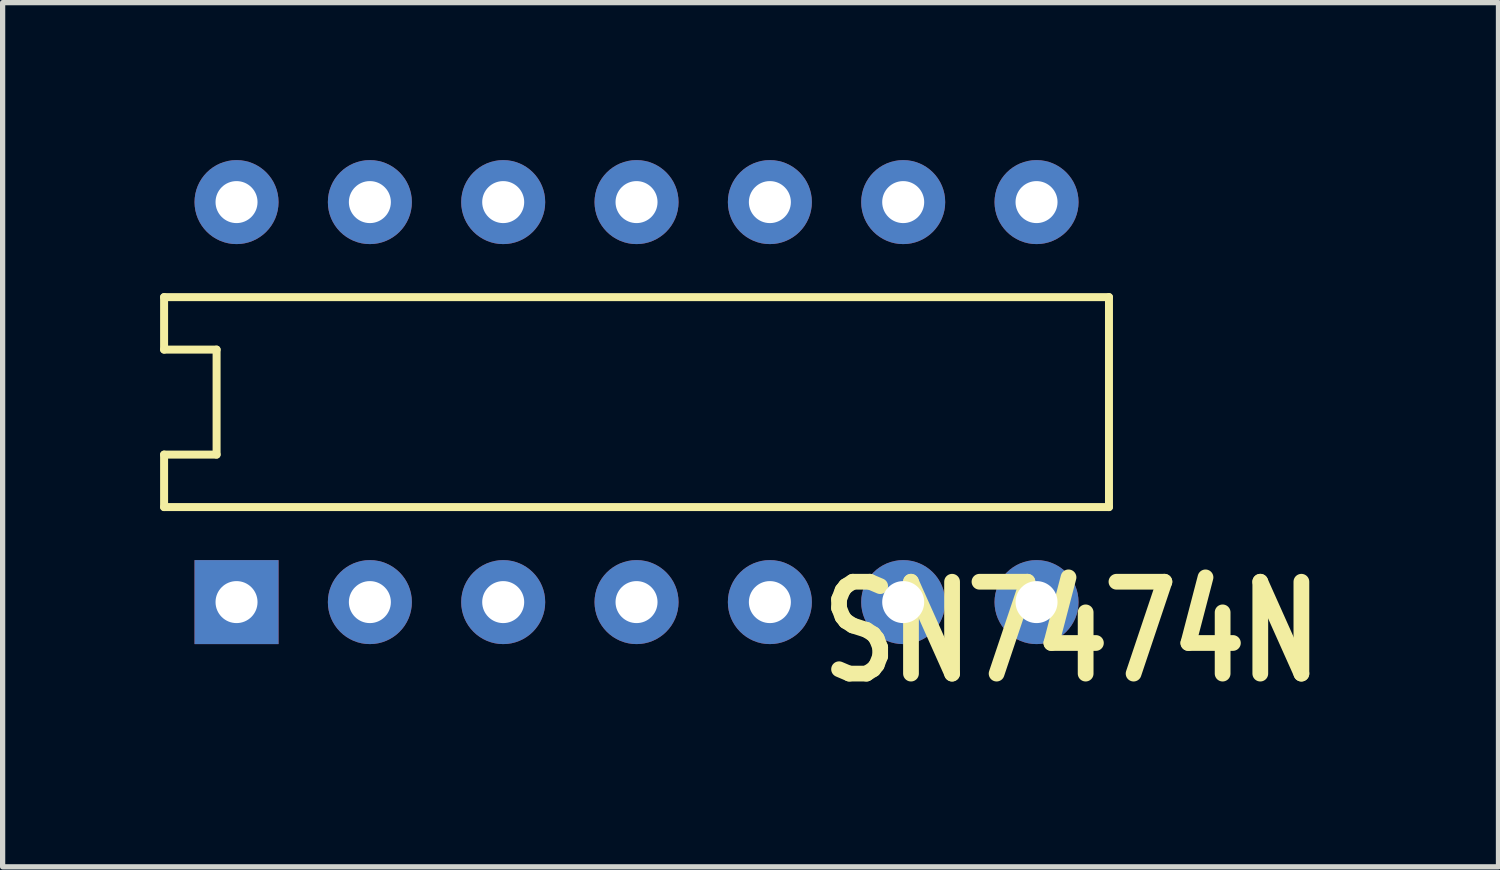
<source format=kicad_pcb>
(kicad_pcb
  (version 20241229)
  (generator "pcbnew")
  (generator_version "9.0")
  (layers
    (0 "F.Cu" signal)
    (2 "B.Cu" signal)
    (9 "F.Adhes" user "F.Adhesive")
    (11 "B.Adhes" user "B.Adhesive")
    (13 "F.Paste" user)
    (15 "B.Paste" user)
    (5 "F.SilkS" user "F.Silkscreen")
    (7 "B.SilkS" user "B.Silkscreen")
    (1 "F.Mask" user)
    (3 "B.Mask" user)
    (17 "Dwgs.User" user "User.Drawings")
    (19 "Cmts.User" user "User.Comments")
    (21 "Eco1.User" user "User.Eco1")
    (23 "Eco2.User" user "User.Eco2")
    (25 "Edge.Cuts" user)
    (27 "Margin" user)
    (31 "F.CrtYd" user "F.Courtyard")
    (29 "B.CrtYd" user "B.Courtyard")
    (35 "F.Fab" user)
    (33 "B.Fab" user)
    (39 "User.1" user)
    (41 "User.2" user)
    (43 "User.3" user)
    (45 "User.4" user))
  (footprint "SN7474N"
    (layer "F.Cu")
    (at 1.456 8.42)
    (property "Reference" "SN7474N" (at 11.02 1.592 0) (layer "F.SilkS") (effects (font (size 1.75 1.37) (thickness 0.3)) (justify left bottom)))
    (attr through_hole)
    (fp_line (start -1.38 -5.81) (end -1.38 -4.81) (stroke (width 0.152) (type solid)) (layer "F.SilkS"))
    (fp_line (start -1.38 -4.81) (end -0.38 -4.81) (stroke (width 0.152) (type solid)) (layer "F.SilkS"))
    (fp_line (start -1.38 -2.81) (end -0.38 -2.81) (stroke (width 0.152) (type solid)) (layer "F.SilkS"))
    (fp_line (start -1.38 -1.81) (end -1.38 -2.81) (stroke (width 0.152) (type solid)) (layer "F.SilkS"))
    (fp_line (start -1.38 -1.81) (end 16.62 -1.81) (stroke (width 0.152) (type solid)) (layer "F.SilkS"))
    (fp_line (start -0.38 -2.81) (end -0.38 -4.81) (stroke (width 0.152) (type solid)) (layer "F.SilkS"))
    (fp_line (start 16.62 -5.81) (end -1.38 -5.81) (stroke (width 0.152) (type solid)) (layer "F.SilkS"))
    (fp_line (start 16.62 -5.81) (end 16.62 -1.81) (stroke (width 0.152) (type solid)) (layer "F.SilkS"))
    (pad "1" thru_hole rect (at 0 0 90) (size 1.6 1.6) (drill 0.8) (layers "*.Cu" "*.Mask"))
    (pad "2" thru_hole circle (at 2.54 0 90) (size 1.6 1.6) (drill 0.8) (layers "*.Cu" "*.Mask"))
    (pad "3" thru_hole circle (at 5.08 0 90) (size 1.6 1.6) (drill 0.8) (layers "*.Cu" "*.Mask"))
    (pad "4" thru_hole circle (at 7.62 0 90) (size 1.6 1.6) (drill 0.8) (layers "*.Cu" "*.Mask"))
    (pad "5" thru_hole circle (at 10.16 0 90) (size 1.6 1.6) (drill 0.8) (layers "*.Cu" "*.Mask"))
    (pad "6" thru_hole circle (at 12.7 0 90) (size 1.6 1.6) (drill 0.8) (layers "*.Cu" "*.Mask"))
    (pad "7" thru_hole circle (at 15.24 0 90) (size 1.6 1.6) (drill 0.8) (layers "*.Cu" "*.Mask"))
    (pad "8" thru_hole circle (at 15.24 -7.62 90) (size 1.6 1.6) (drill 0.8) (layers "*.Cu" "*.Mask"))
    (pad "9" thru_hole circle (at 12.7 -7.62 90) (size 1.6 1.6) (drill 0.8) (layers "*.Cu" "*.Mask"))
    (pad "10" thru_hole circle (at 10.16 -7.62 90) (size 1.6 1.6) (drill 0.8) (layers "*.Cu" "*.Mask"))
    (pad "11" thru_hole circle (at 7.62 -7.62 90) (size 1.6 1.6) (drill 0.8) (layers "*.Cu" "*.Mask"))
    (pad "12" thru_hole circle (at 5.08 -7.62 90) (size 1.6 1.6) (drill 0.8) (layers "*.Cu" "*.Mask"))
    (pad "13" thru_hole circle (at 2.54 -7.62 90) (size 1.6 1.6) (drill 0.8) (layers "*.Cu" "*.Mask"))
    (pad "14" thru_hole circle (at 0 -7.62 90) (size 1.6 1.6) (drill 0.8) (layers "*.Cu" "*.Mask")))
  (gr_rect
    (start -3 -3)
    (end 25.496 13.463)
    (stroke (width 0.1) (type default))
    (fill no)
    (layer "Edge.Cuts")))
</source>
